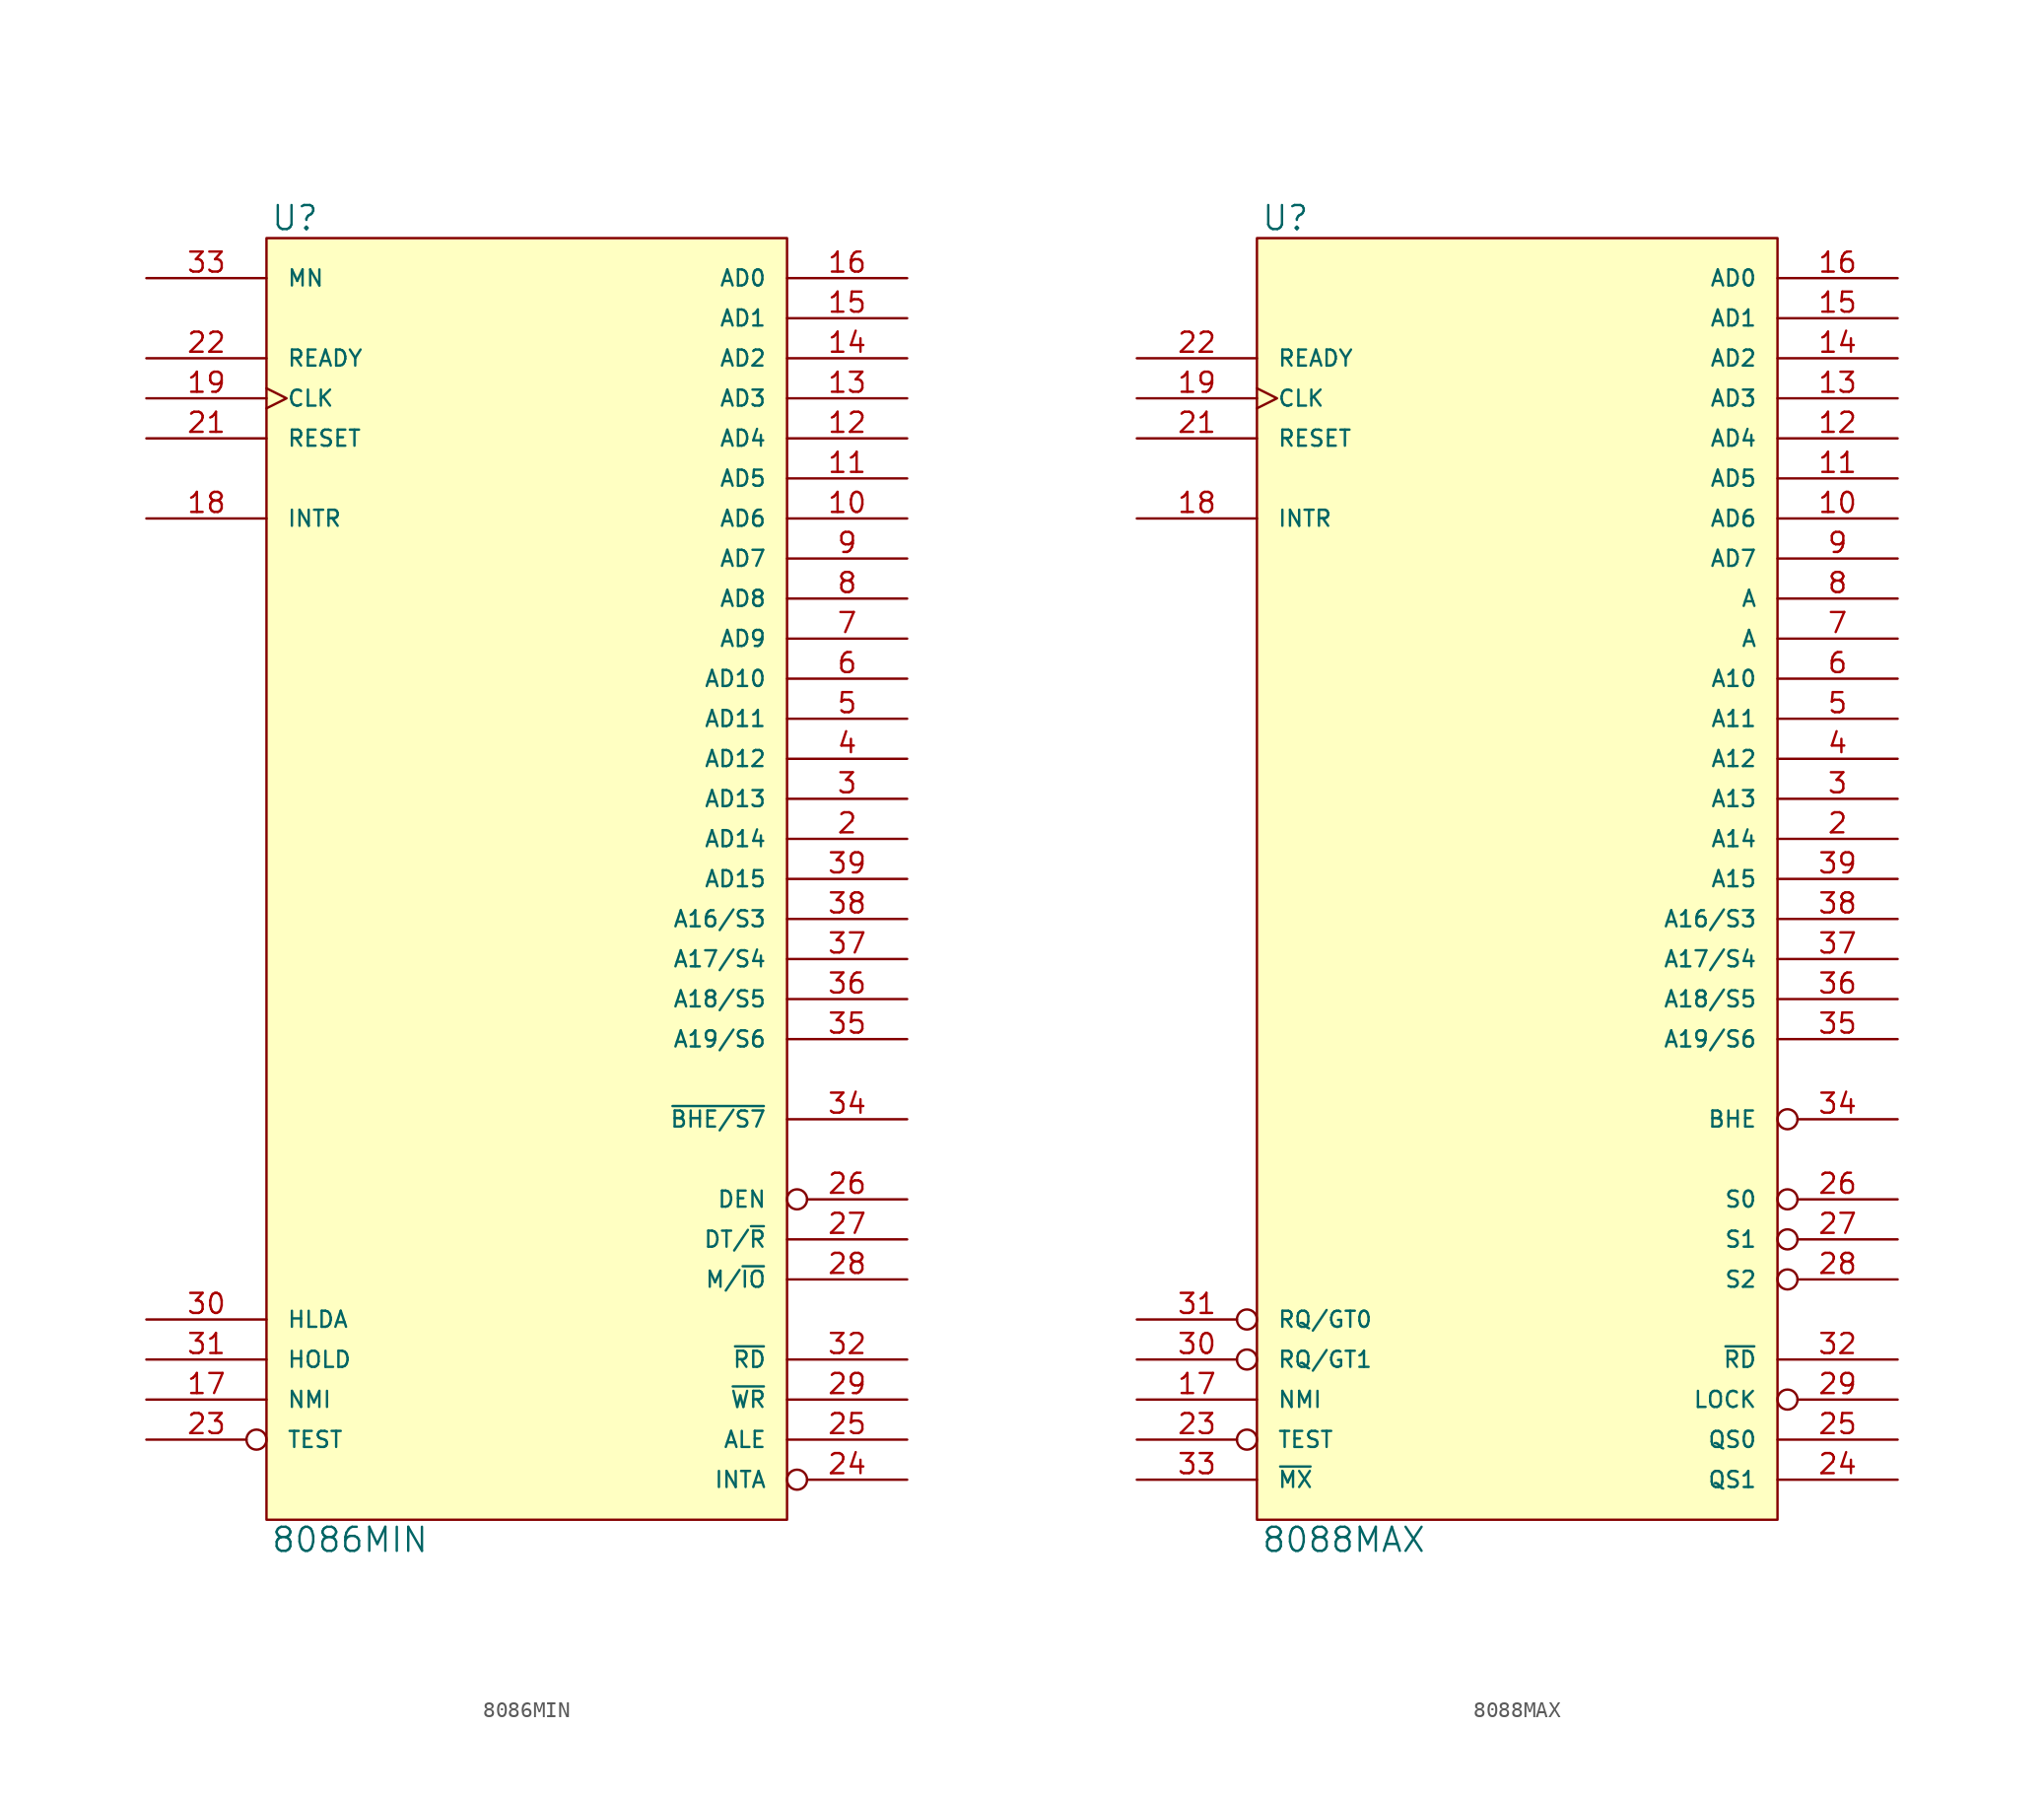
<source format=kicad_sym>
(kicad_symbol_lib
  (version 20231120)
  (generator "kicad_symbol_editor")
  (generator_version "8.0")
  (symbol "8086MIN"
    (pin_names
      (offset 1.27))
    (property "Reference" "U"
      (at 0.254 0.381 0)
      (effects (font (size 1.524 1.524)) (justify left bottom)))
    (property "Value" "8086MIN"
      (at 0.254 -81.661 0)
      (effects (font (size 1.524 1.524)) (justify left top)))
    (symbol "8086MIN_0_1"
      (rectangle (start 0 0) (end 33.02 -81.28) (stroke (width 0) (type solid)) (fill (type background))))
    (symbol "8086MIN_1_1"
      (pin power_in line (at 12.7 -81.28 90) (length 0) hide (name "GND" (effects (font (size 1.016 1.016)))) (number "1" (effects (font (size 1.27 1.27)))))
      (pin bidirectional line (at 40.64 -17.78 180) (length 7.62) (name "AD6" (effects (font (size 1.016 1.016)))) (number "10" (effects (font (size 1.27 1.27)))))
      (pin bidirectional line (at 40.64 -15.24 180) (length 7.62) (name "AD5" (effects (font (size 1.016 1.016)))) (number "11" (effects (font (size 1.27 1.27)))))
      (pin bidirectional line (at 40.64 -12.7 180) (length 7.62) (name "AD4" (effects (font (size 1.016 1.016)))) (number "12" (effects (font (size 1.27 1.27)))))
      (pin bidirectional line (at 40.64 -10.16 180) (length 7.62) (name "AD3" (effects (font (size 1.016 1.016)))) (number "13" (effects (font (size 1.27 1.27)))))
      (pin bidirectional line (at 40.64 -7.62 180) (length 7.62) (name "AD2" (effects (font (size 1.016 1.016)))) (number "14" (effects (font (size 1.27 1.27)))))
      (pin bidirectional line (at 40.64 -5.08 180) (length 7.62) (name "AD1" (effects (font (size 1.016 1.016)))) (number "15" (effects (font (size 1.27 1.27)))))
      (pin bidirectional line (at 40.64 -2.54 180) (length 7.62) (name "AD0" (effects (font (size 1.016 1.016)))) (number "16" (effects (font (size 1.27 1.27)))))
      (pin input line (at -7.62 -73.66 0) (length 7.62) (name "NMI" (effects (font (size 1.016 1.016)))) (number "17" (effects (font (size 1.27 1.27)))))
      (pin input line (at -7.62 -17.78 0) (length 7.62) (name "INTR" (effects (font (size 1.016 1.016)))) (number "18" (effects (font (size 1.27 1.27)))))
      (pin input clock (at -7.62 -10.16 0) (length 7.62) (name "CLK" (effects (font (size 1.016 1.016)))) (number "19" (effects (font (size 1.27 1.27)))))
      (pin bidirectional line (at 40.64 -38.1 180) (length 7.62) (name "AD14" (effects (font (size 1.016 1.016)))) (number "2" (effects (font (size 1.27 1.27)))))
      (pin power_in line (at 0 -81.28 90) (length 0) hide (name "GND" (effects (font (size 1.016 1.016)))) (number "20" (effects (font (size 1.27 1.27)))))
      (pin input line (at -7.62 -12.7 0) (length 7.62) (name "RESET" (effects (font (size 1.016 1.016)))) (number "21" (effects (font (size 1.27 1.27)))))
      (pin input line (at -7.62 -7.62 0) (length 7.62) (name "READY" (effects (font (size 1.016 1.016)))) (number "22" (effects (font (size 1.27 1.27)))))
      (pin input inverted (at -7.62 -76.2 0) (length 7.62) (name "TEST" (effects (font (size 1.016 1.016)))) (number "23" (effects (font (size 1.27 1.27)))))
      (pin output inverted (at 40.64 -78.74 180) (length 7.62) (name "INTA" (effects (font (size 1.016 1.016)))) (number "24" (effects (font (size 1.27 1.27)))))
      (pin output line (at 40.64 -76.2 180) (length 7.62) (name "ALE" (effects (font (size 1.016 1.016)))) (number "25" (effects (font (size 1.27 1.27)))))
      (pin output inverted (at 40.64 -60.96 180) (length 7.62) (name "DEN" (effects (font (size 1.016 1.016)))) (number "26" (effects (font (size 1.27 1.27)))))
      (pin output line (at 40.64 -63.5 180) (length 7.62) (name "DT/~{R}" (effects (font (size 1.016 1.016)))) (number "27" (effects (font (size 1.27 1.27)))))
      (pin output line (at 40.64 -66.04 180) (length 7.62) (name "M/~{IO}" (effects (font (size 1.016 1.016)))) (number "28" (effects (font (size 1.27 1.27)))))
      (pin output line (at 40.64 -73.66 180) (length 7.62) (name "~{WR}" (effects (font (size 1.016 1.016)))) (number "29" (effects (font (size 1.27 1.27)))))
      (pin bidirectional line (at 40.64 -35.56 180) (length 7.62) (name "AD13" (effects (font (size 1.016 1.016)))) (number "3" (effects (font (size 1.27 1.27)))))
      (pin output line (at -7.62 -68.58 0) (length 7.62) (name "HLDA" (effects (font (size 1.016 1.016)))) (number "30" (effects (font (size 1.27 1.27)))))
      (pin input line (at -7.62 -71.12 0) (length 7.62) (name "HOLD" (effects (font (size 1.016 1.016)))) (number "31" (effects (font (size 1.27 1.27)))))
      (pin output line (at 40.64 -71.12 180) (length 7.62) (name "~{RD}" (effects (font (size 1.016 1.016)))) (number "32" (effects (font (size 1.27 1.27)))))
      (pin input line (at -7.62 -2.54 0) (length 7.62) (name "MN" (effects (font (size 1.016 1.016)))) (number "33" (effects (font (size 1.27 1.27)))))
      (pin output line (at 40.64 -55.88 180) (length 7.62) (name "~{BHE/S7}" (effects (font (size 1.016 1.016)))) (number "34" (effects (font (size 1.27 1.27)))))
      (pin output line (at 40.64 -50.8 180) (length 7.62) (name "A19/S6" (effects (font (size 1.016 1.016)))) (number "35" (effects (font (size 1.27 1.27)))))
      (pin output line (at 40.64 -48.26 180) (length 7.62) (name "A18/S5" (effects (font (size 1.016 1.016)))) (number "36" (effects (font (size 1.27 1.27)))))
      (pin output line (at 40.64 -45.72 180) (length 7.62) (name "A17/S4" (effects (font (size 1.016 1.016)))) (number "37" (effects (font (size 1.27 1.27)))))
      (pin output line (at 40.64 -43.18 180) (length 7.62) (name "A16/S3" (effects (font (size 1.016 1.016)))) (number "38" (effects (font (size 1.27 1.27)))))
      (pin bidirectional line (at 40.64 -40.64 180) (length 7.62) (name "AD15" (effects (font (size 1.016 1.016)))) (number "39" (effects (font (size 1.27 1.27)))))
      (pin bidirectional line (at 40.64 -33.02 180) (length 7.62) (name "AD12" (effects (font (size 1.016 1.016)))) (number "4" (effects (font (size 1.27 1.27)))))
      (pin power_in line (at 0 0 270) (length 0) hide (name "VCC" (effects (font (size 1.016 1.016)))) (number "40" (effects (font (size 1.27 1.27)))))
      (pin bidirectional line (at 40.64 -30.48 180) (length 7.62) (name "AD11" (effects (font (size 1.016 1.016)))) (number "5" (effects (font (size 1.27 1.27)))))
      (pin bidirectional line (at 40.64 -27.94 180) (length 7.62) (name "AD10" (effects (font (size 1.016 1.016)))) (number "6" (effects (font (size 1.27 1.27)))))
      (pin bidirectional line (at 40.64 -25.4 180) (length 7.62) (name "AD9" (effects (font (size 1.016 1.016)))) (number "7" (effects (font (size 1.27 1.27)))))
      (pin bidirectional line (at 40.64 -22.86 180) (length 7.62) (name "AD8" (effects (font (size 1.016 1.016)))) (number "8" (effects (font (size 1.27 1.27)))))
      (pin bidirectional line (at 40.64 -20.32 180) (length 7.62) (name "AD7" (effects (font (size 1.016 1.016)))) (number "9" (effects (font (size 1.27 1.27)))))))
  (symbol "8088MAX"
    (pin_names
      (offset 1.27))
    (property "Reference" "U"
      (at 0.254 0.381 0)
      (effects (font (size 1.524 1.524)) (justify left bottom)))
    (property "Value" "8088MAX"
      (at 0.254 -81.661 0)
      (effects (font (size 1.524 1.524)) (justify left top)))
    (symbol "8088MAX_0_1"
      (rectangle (start 0 0) (end 33.02 -81.28) (stroke (width 0) (type solid)) (fill (type background))))
    (symbol "8088MAX_1_1"
      (pin power_in line (at 12.7 -81.28 90) (length 0) hide (name "GND" (effects (font (size 1.016 1.016)))) (number "1" (effects (font (size 1.27 1.27)))))
      (pin bidirectional line (at 40.64 -17.78 180) (length 7.62) (name "AD6" (effects (font (size 1.016 1.016)))) (number "10" (effects (font (size 1.27 1.27)))))
      (pin bidirectional line (at 40.64 -15.24 180) (length 7.62) (name "AD5" (effects (font (size 1.016 1.016)))) (number "11" (effects (font (size 1.27 1.27)))))
      (pin bidirectional line (at 40.64 -12.7 180) (length 7.62) (name "AD4" (effects (font (size 1.016 1.016)))) (number "12" (effects (font (size 1.27 1.27)))))
      (pin bidirectional line (at 40.64 -10.16 180) (length 7.62) (name "AD3" (effects (font (size 1.016 1.016)))) (number "13" (effects (font (size 1.27 1.27)))))
      (pin bidirectional line (at 40.64 -7.62 180) (length 7.62) (name "AD2" (effects (font (size 1.016 1.016)))) (number "14" (effects (font (size 1.27 1.27)))))
      (pin bidirectional line (at 40.64 -5.08 180) (length 7.62) (name "AD1" (effects (font (size 1.016 1.016)))) (number "15" (effects (font (size 1.27 1.27)))))
      (pin bidirectional line (at 40.64 -2.54 180) (length 7.62) (name "AD0" (effects (font (size 1.016 1.016)))) (number "16" (effects (font (size 1.27 1.27)))))
      (pin input line (at -7.62 -73.66 0) (length 7.62) (name "NMI" (effects (font (size 1.016 1.016)))) (number "17" (effects (font (size 1.27 1.27)))))
      (pin input line (at -7.62 -17.78 0) (length 7.62) (name "INTR" (effects (font (size 1.016 1.016)))) (number "18" (effects (font (size 1.27 1.27)))))
      (pin input clock (at -7.62 -10.16 0) (length 7.62) (name "CLK" (effects (font (size 1.016 1.016)))) (number "19" (effects (font (size 1.27 1.27)))))
      (pin bidirectional line (at 40.64 -38.1 180) (length 7.62) (name "A14" (effects (font (size 1.016 1.016)))) (number "2" (effects (font (size 1.27 1.27)))))
      (pin power_in line (at 0 -81.28 90) (length 0) hide (name "GND" (effects (font (size 1.016 1.016)))) (number "20" (effects (font (size 1.27 1.27)))))
      (pin input line (at -7.62 -12.7 0) (length 7.62) (name "RESET" (effects (font (size 1.016 1.016)))) (number "21" (effects (font (size 1.27 1.27)))))
      (pin input line (at -7.62 -7.62 0) (length 7.62) (name "READY" (effects (font (size 1.016 1.016)))) (number "22" (effects (font (size 1.27 1.27)))))
      (pin input inverted (at -7.62 -76.2 0) (length 7.62) (name "TEST" (effects (font (size 1.016 1.016)))) (number "23" (effects (font (size 1.27 1.27)))))
      (pin output line (at 40.64 -78.74 180) (length 7.62) (name "QS1" (effects (font (size 1.016 1.016)))) (number "24" (effects (font (size 1.27 1.27)))))
      (pin output line (at 40.64 -76.2 180) (length 7.62) (name "QS0" (effects (font (size 1.016 1.016)))) (number "25" (effects (font (size 1.27 1.27)))))
      (pin output inverted (at 40.64 -60.96 180) (length 7.62) (name "S0" (effects (font (size 1.016 1.016)))) (number "26" (effects (font (size 1.27 1.27)))))
      (pin output inverted (at 40.64 -63.5 180) (length 7.62) (name "S1" (effects (font (size 1.016 1.016)))) (number "27" (effects (font (size 1.27 1.27)))))
      (pin output inverted (at 40.64 -66.04 180) (length 7.62) (name "S2" (effects (font (size 1.016 1.016)))) (number "28" (effects (font (size 1.27 1.27)))))
      (pin output inverted (at 40.64 -73.66 180) (length 7.62) (name "LOCK" (effects (font (size 1.016 1.016)))) (number "29" (effects (font (size 1.27 1.27)))))
      (pin bidirectional line (at 40.64 -35.56 180) (length 7.62) (name "A13" (effects (font (size 1.016 1.016)))) (number "3" (effects (font (size 1.27 1.27)))))
      (pin bidirectional inverted (at -7.62 -71.12 0) (length 7.62) (name "RQ/GT1" (effects (font (size 1.016 1.016)))) (number "30" (effects (font (size 1.27 1.27)))))
      (pin bidirectional inverted (at -7.62 -68.58 0) (length 7.62) (name "RQ/GT0" (effects (font (size 1.016 1.016)))) (number "31" (effects (font (size 1.27 1.27)))))
      (pin output line (at 40.64 -71.12 180) (length 7.62) (name "~{RD}" (effects (font (size 1.016 1.016)))) (number "32" (effects (font (size 1.27 1.27)))))
      (pin input line (at -7.62 -78.74 0) (length 7.62) (name "~{MX}" (effects (font (size 1.016 1.016)))) (number "33" (effects (font (size 1.27 1.27)))))
      (pin output inverted (at 40.64 -55.88 180) (length 7.62) (name "BHE" (effects (font (size 1.016 1.016)))) (number "34" (effects (font (size 1.27 1.27)))))
      (pin output line (at 40.64 -50.8 180) (length 7.62) (name "A19/S6" (effects (font (size 1.016 1.016)))) (number "35" (effects (font (size 1.27 1.27)))))
      (pin output line (at 40.64 -48.26 180) (length 7.62) (name "A18/S5" (effects (font (size 1.016 1.016)))) (number "36" (effects (font (size 1.27 1.27)))))
      (pin output line (at 40.64 -45.72 180) (length 7.62) (name "A17/S4" (effects (font (size 1.016 1.016)))) (number "37" (effects (font (size 1.27 1.27)))))
      (pin output line (at 40.64 -43.18 180) (length 7.62) (name "A16/S3" (effects (font (size 1.016 1.016)))) (number "38" (effects (font (size 1.27 1.27)))))
      (pin bidirectional line (at 40.64 -40.64 180) (length 7.62) (name "A15" (effects (font (size 1.016 1.016)))) (number "39" (effects (font (size 1.27 1.27)))))
      (pin bidirectional line (at 40.64 -33.02 180) (length 7.62) (name "A12" (effects (font (size 1.016 1.016)))) (number "4" (effects (font (size 1.27 1.27)))))
      (pin power_in line (at 0 0 270) (length 0) hide (name "VCC" (effects (font (size 1.016 1.016)))) (number "40" (effects (font (size 1.27 1.27)))))
      (pin bidirectional line (at 40.64 -30.48 180) (length 7.62) (name "A11" (effects (font (size 1.016 1.016)))) (number "5" (effects (font (size 1.27 1.27)))))
      (pin bidirectional line (at 40.64 -27.94 180) (length 7.62) (name "A10" (effects (font (size 1.016 1.016)))) (number "6" (effects (font (size 1.27 1.27)))))
      (pin bidirectional line (at 40.64 -25.4 180) (length 7.62) (name "A" (effects (font (size 1.016 1.016)))) (number "7" (effects (font (size 1.27 1.27)))))
      (pin bidirectional line (at 40.64 -22.86 180) (length 7.62) (name "A" (effects (font (size 1.016 1.016)))) (number "8" (effects (font (size 1.27 1.27)))))
      (pin bidirectional line (at 40.64 -20.32 180) (length 7.62) (name "AD7" (effects (font (size 1.016 1.016)))) (number "9" (effects (font (size 1.27 1.27))))))))
</source>
